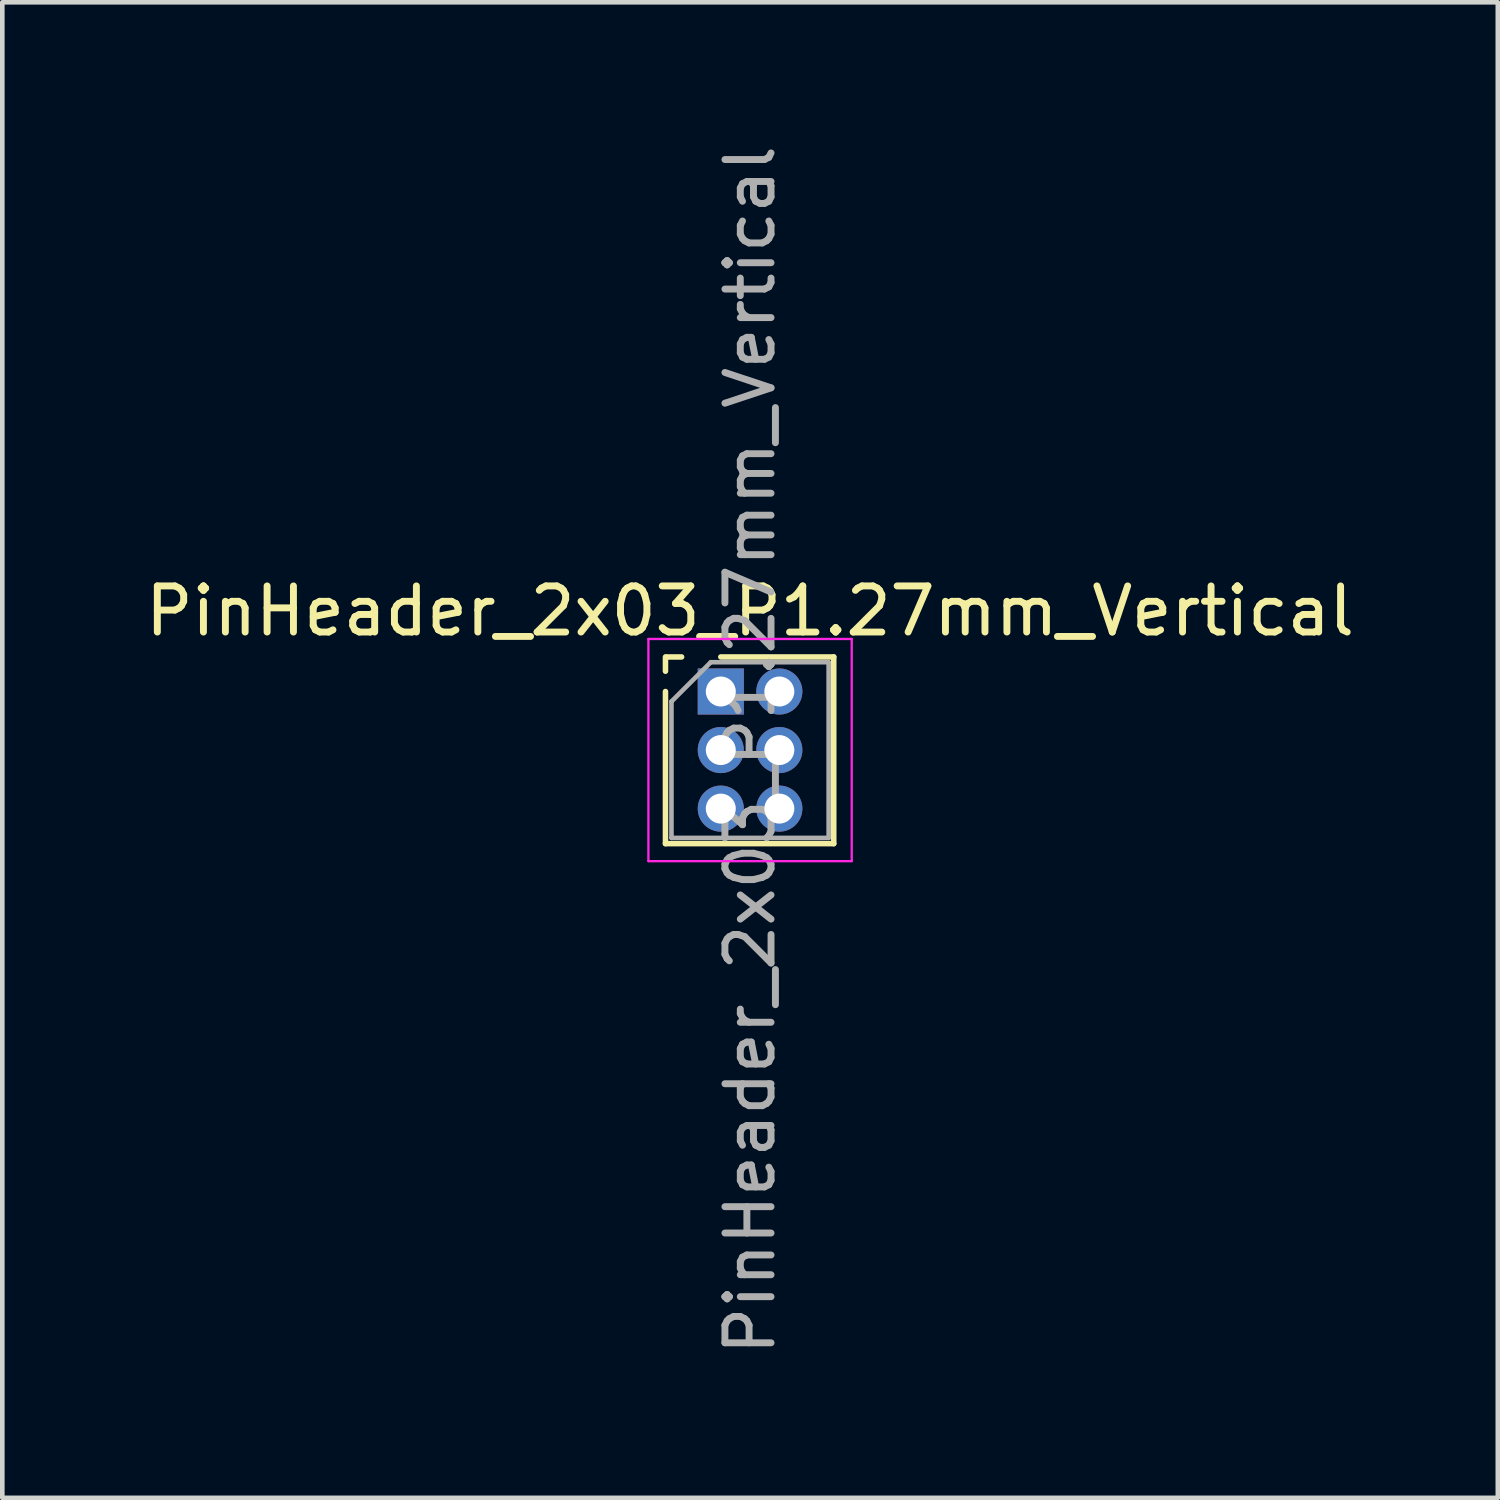
<source format=kicad_pcb>
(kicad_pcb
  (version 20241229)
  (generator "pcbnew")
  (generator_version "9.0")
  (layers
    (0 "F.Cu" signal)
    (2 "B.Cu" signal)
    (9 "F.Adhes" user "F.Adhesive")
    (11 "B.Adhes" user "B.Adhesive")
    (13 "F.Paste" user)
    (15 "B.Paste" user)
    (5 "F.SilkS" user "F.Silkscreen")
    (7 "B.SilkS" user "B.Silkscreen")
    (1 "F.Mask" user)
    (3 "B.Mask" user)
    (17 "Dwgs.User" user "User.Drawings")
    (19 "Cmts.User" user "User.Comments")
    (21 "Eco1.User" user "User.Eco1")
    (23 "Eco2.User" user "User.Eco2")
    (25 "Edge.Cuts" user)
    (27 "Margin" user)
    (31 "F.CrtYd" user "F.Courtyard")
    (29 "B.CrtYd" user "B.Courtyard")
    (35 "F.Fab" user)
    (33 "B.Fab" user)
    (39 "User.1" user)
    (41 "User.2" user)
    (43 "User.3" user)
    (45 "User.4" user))
  (footprint "PinHeader_2x03_P1.27mm_Vertical"
    (layer "F.Cu")
    (at 12.585 11.95)
    (property "Reference" "PinHeader_2x03_P1.27mm_Vertical" (at 0.635 -1.745 0) (layer "F.SilkS") (effects (font (size 1 1) (thickness 0.15))))
    (attr through_hole)
    (fp_line (start -1.2 -0.44) (end -1.2 -0.75) (stroke (width 0.12) (type solid)) (layer "F.SilkS"))
    (fp_line (start -1.2 0) (end -1.2 3.3) (stroke (width 0.12) (type solid)) (layer "F.SilkS"))
    (fp_line (start -1.2 3.3) (end 2.45 3.3) (stroke (width 0.12) (type solid)) (layer "F.SilkS"))
    (fp_line (start -1.18 -0.75) (end -0.85 -0.75) (stroke (width 0.12) (type solid)) (layer "F.SilkS"))
    (fp_line (start 0 -0.75) (end 2.45 -0.75) (stroke (width 0.12) (type solid)) (layer "F.SilkS"))
    (fp_line (start 2.45 -0.75) (end 2.45 3.3) (stroke (width 0.12) (type solid)) (layer "F.SilkS"))
    (fp_line (start -1.57 -1.14) (end -1.57 3.68) (stroke (width 0.05) (type solid)) (layer "F.CrtYd"))
    (fp_line (start -1.57 3.68) (end 2.84 3.68) (stroke (width 0.05) (type solid)) (layer "F.CrtYd"))
    (fp_line (start 2.84 -1.14) (end -1.57 -1.14) (stroke (width 0.05) (type solid)) (layer "F.CrtYd"))
    (fp_line (start 2.84 3.68) (end 2.84 -1.14) (stroke (width 0.05) (type solid)) (layer "F.CrtYd"))
    (fp_line (start -1.07 0.217) (end -0.217 -0.635) (stroke (width 0.1) (type solid)) (layer "F.Fab"))
    (fp_line (start -1.07 3.175) (end -1.07 0.217) (stroke (width 0.1) (type solid)) (layer "F.Fab"))
    (fp_line (start -0.217 -0.635) (end 2.34 -0.635) (stroke (width 0.1) (type solid)) (layer "F.Fab"))
    (fp_line (start 2.34 -0.635) (end 2.34 3.175) (stroke (width 0.1) (type solid)) (layer "F.Fab"))
    (fp_line (start 2.34 3.175) (end -1.07 3.175) (stroke (width 0.1) (type solid)) (layer "F.Fab"))
    (fp_text user "${REFERENCE}" (at 0.635 1.27 90) (layer "F.Fab") (effects (font (size 1 1) (thickness 0.15))))
    (pad "1" thru_hole rect (at 0 0) (size 1 1) (drill 0.65) (layers "*.Cu" "*.Mask"))
    (pad "2" thru_hole circle (at 1.27 0) (size 1 1) (drill 0.65) (layers "*.Cu" "*.Mask"))
    (pad "3" thru_hole circle (at 0 1.27) (size 1 1) (drill 0.65) (layers "*.Cu" "*.Mask"))
    (pad "4" thru_hole circle (at 1.27 1.27) (size 1 1) (drill 0.65) (layers "*.Cu" "*.Mask"))
    (pad "5" thru_hole circle (at 0 2.54) (size 1 1) (drill 0.65) (layers "*.Cu" "*.Mask"))
    (pad "6" thru_hole circle (at 1.27 2.54) (size 1 1) (drill 0.65) (layers "*.Cu" "*.Mask")))
  (gr_rect
    (start -3 -3)
    (end 29.44 29.44)
    (stroke (width 0.1) (type default))
    (fill no)
    (layer "Edge.Cuts")))
</source>
